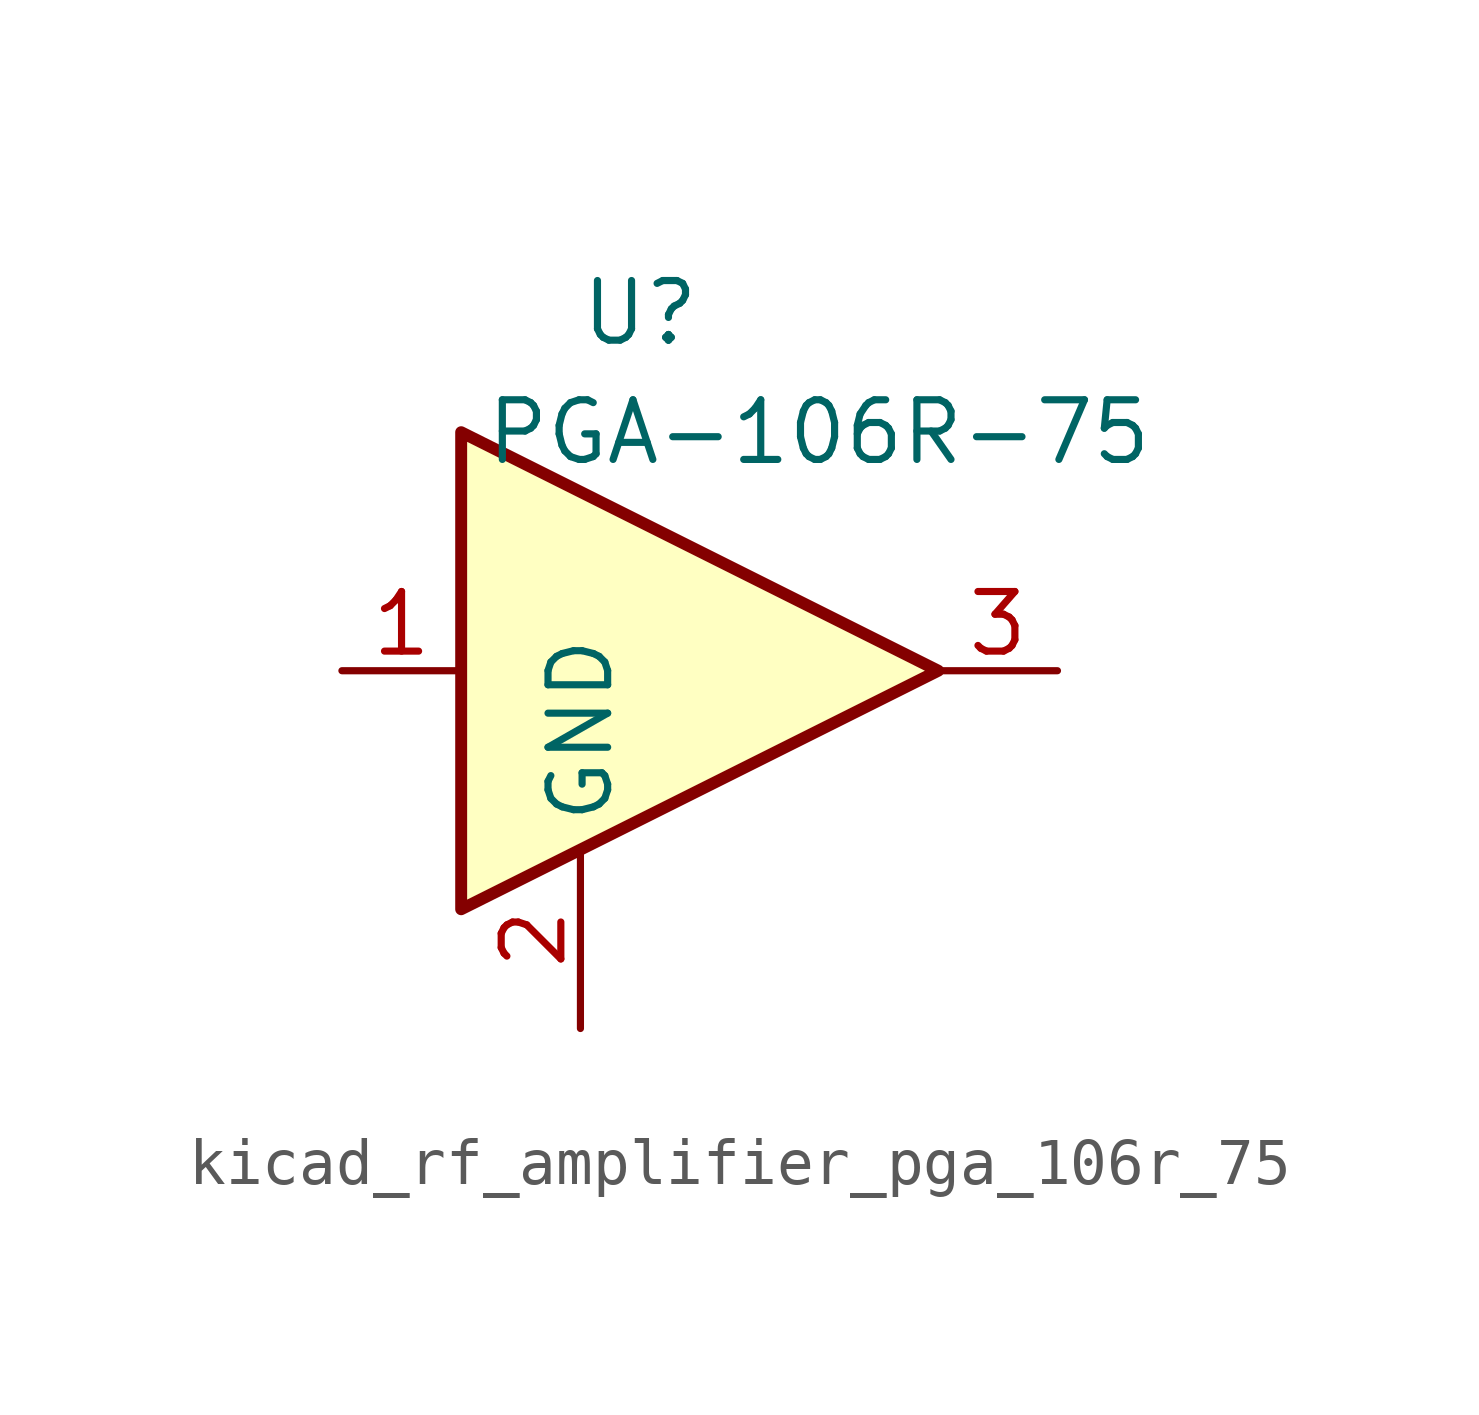
<source format=kicad_sym>
(kicad_symbol_lib
  (version 20220914)
  (generator kicad_symbol_editor)
  (symbol "kicad_rf_amplifier_pga_106r_75"
    (property "Reference" "U"
      (at -1.27 7.62 0)
      (effects (font (size 1.27 1.27))))
    (property "Value" "PGA-106R-75"
      (at 2.54 5.08 0)
      (effects (font (size 1.27 1.27))))
    (symbol "kicad_rf_amplifier_pga_106r_75_0_1"
      (polyline (pts (xy 5.08 0) (xy -5.08 5.08) (xy -5.08 -5.08) (xy 5.08 0)) (stroke (width 0.254) (type default)) (fill (type background))))
    (symbol "kicad_rf_amplifier_pga_106r_75_1_1"
      (pin input line (at -7.62 0 0) (length 2.54) (name "~" (effects (font (size 1.27 1.27)))) (number "1" (effects (font (size 1.27 1.27)))))
      (pin power_in line (at -2.54 -7.62 90) (length 3.81) (name "GND" (effects (font (size 1.27 1.27)))) (number "2" (effects (font (size 1.27 1.27)))))
      (pin output line (at 7.62 0 180) (length 2.54) (name "~" (effects (font (size 1.27 1.27)))) (number "3" (effects (font (size 1.27 1.27))))))))
</source>
